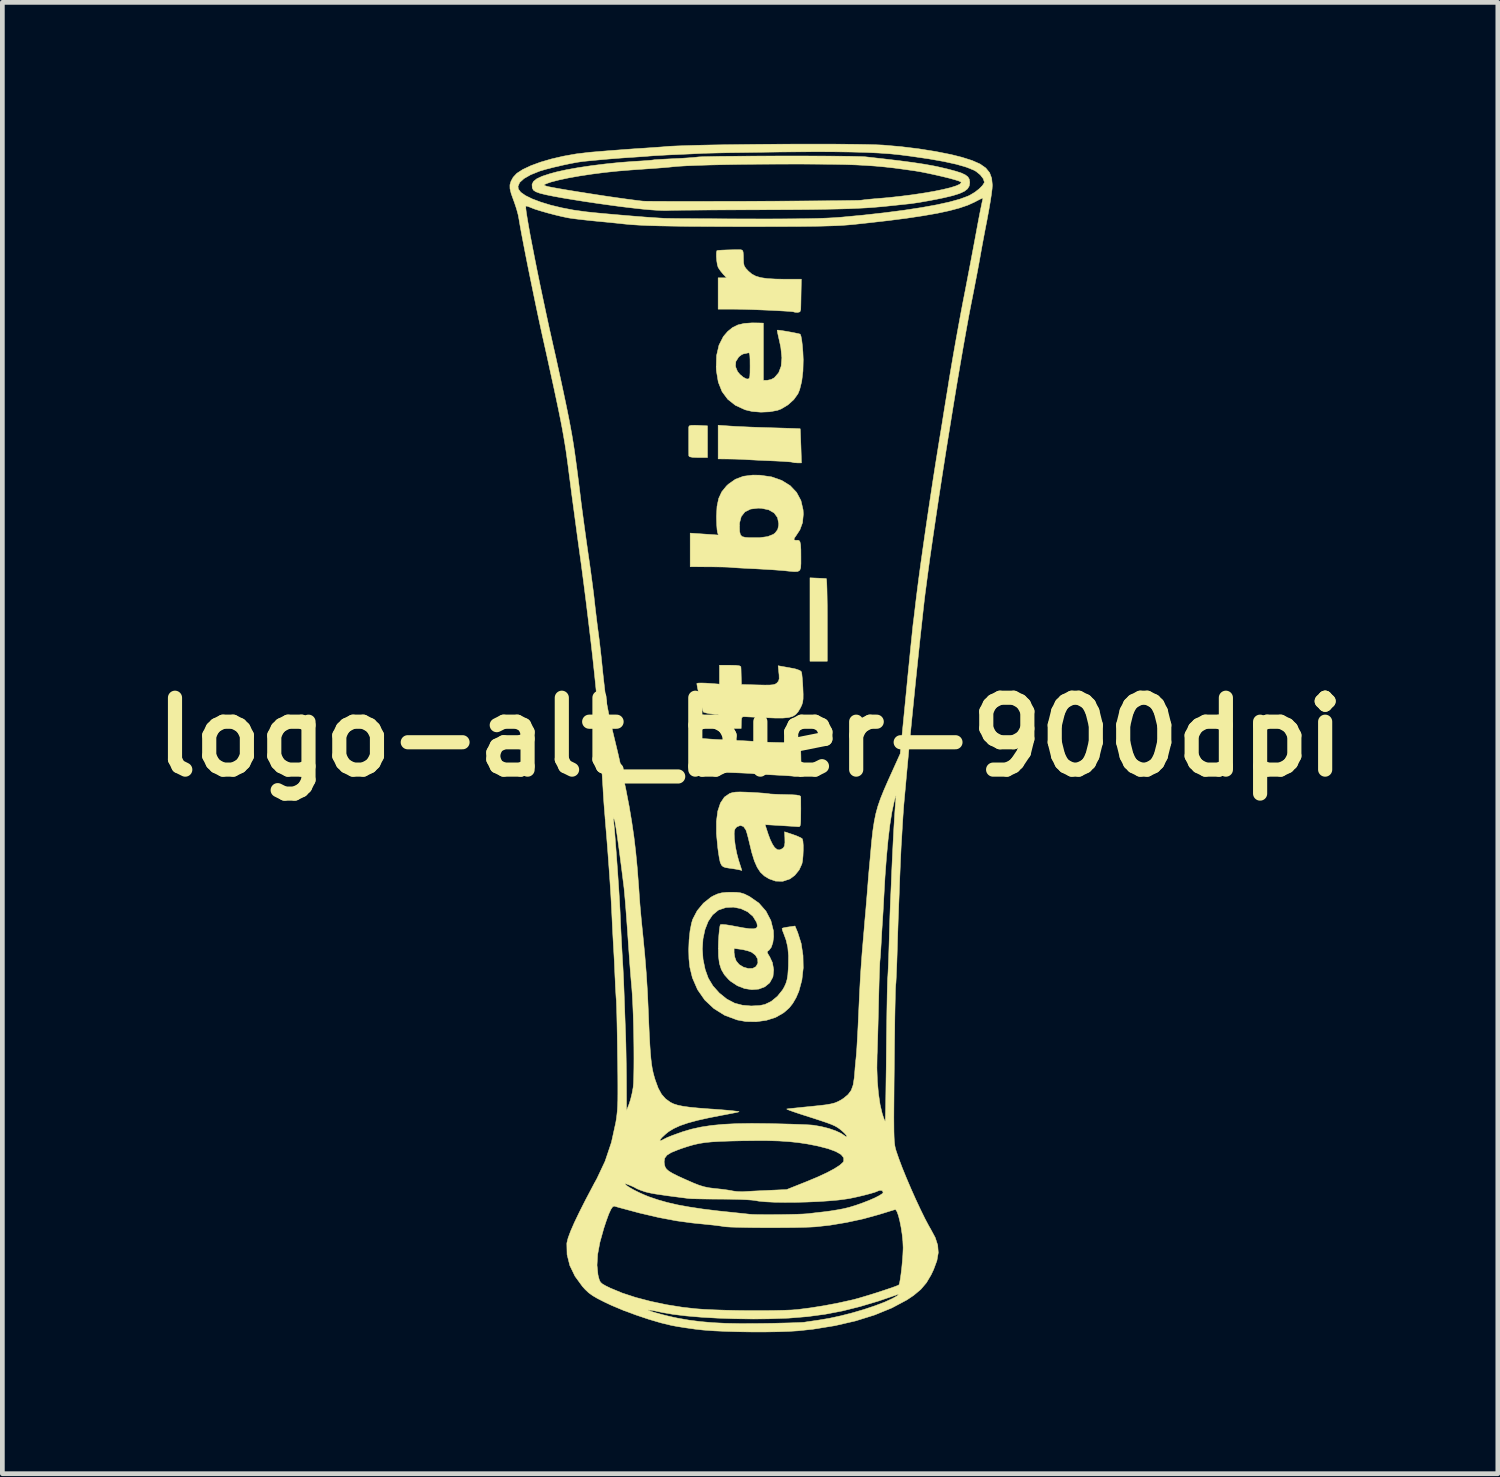
<source format=kicad_pcb>
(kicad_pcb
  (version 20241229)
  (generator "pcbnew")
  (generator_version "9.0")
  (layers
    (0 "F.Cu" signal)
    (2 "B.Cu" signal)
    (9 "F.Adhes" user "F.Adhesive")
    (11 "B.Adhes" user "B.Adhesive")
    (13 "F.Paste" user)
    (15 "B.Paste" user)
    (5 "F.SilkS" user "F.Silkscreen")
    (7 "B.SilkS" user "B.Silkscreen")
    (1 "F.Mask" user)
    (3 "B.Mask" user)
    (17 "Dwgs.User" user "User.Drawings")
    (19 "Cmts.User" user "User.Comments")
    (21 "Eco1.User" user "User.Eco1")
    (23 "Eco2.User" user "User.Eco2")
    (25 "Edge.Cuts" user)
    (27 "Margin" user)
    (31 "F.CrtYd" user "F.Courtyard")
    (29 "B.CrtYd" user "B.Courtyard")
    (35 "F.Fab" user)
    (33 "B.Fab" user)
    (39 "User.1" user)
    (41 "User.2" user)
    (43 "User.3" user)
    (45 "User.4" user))
  (footprint "logo-alt_bier-900dpi"
    (layer "F.Cu")
    (at 12.852 12.577)
    (property "Reference" "logo-alt_bier-900dpi" (at 0 0 0) (layer "F.SilkS") (effects (font (size 1.524 1.524) (thickness 0.3))))
    (attr through_hole)
    (fp_poly (pts (xy 1.432 -3.37) (xy 1.524 -3.366) (xy 1.592 -3.362) (xy 1.616 -3.361) (xy 1.621 -3.333) (xy 1.626 -3.256) (xy 1.63 -3.136) (xy 1.633 -2.979) (xy 1.636 -2.794) (xy 1.637 -2.586) (xy 1.637 -2.484) (xy 1.637 -1.609) (xy 1.27 -1.609) (xy 1.27 -3.377) (xy 1.432 -3.37)) (stroke (width 0.01) (type solid)) (fill yes) (layer "F.SilkS"))
    (fp_poly (pts (xy -1.101 -6.609) (xy -0.903 -6.599) (xy -0.903 -5.927) (xy -1.101 -5.927) (xy -1.216 -5.931) (xy -1.28 -5.943) (xy -1.299 -5.962) (xy -1.3 -6.019) (xy -1.301 -6.112) (xy -1.301 -6.225) (xy -1.301 -6.344) (xy -1.301 -6.452) (xy -1.301 -6.535) (xy -1.3 -6.576) (xy -1.289 -6.598) (xy -1.25 -6.609) (xy -1.173 -6.611) (xy -1.101 -6.609)) (stroke (width 0.01) (type solid)) (fill yes) (layer "F.SilkS"))
    (fp_poly (pts (xy -0.416 -6.594) (xy -0.306 -6.587) (xy -0.153 -6.58) (xy 0.029 -6.572) (xy 0.227 -6.565) (xy 0.427 -6.559) (xy 0.452 -6.558) (xy 0.63 -6.553) (xy 0.788 -6.548) (xy 0.918 -6.544) (xy 1.01 -6.54) (xy 1.058 -6.538) (xy 1.062 -6.537) (xy 1.065 -6.509) (xy 1.068 -6.436) (xy 1.072 -6.327) (xy 1.077 -6.194) (xy 1.078 -6.174) (xy 1.089 -5.814) (xy 1.001 -5.814) (xy 0.935 -5.818) (xy 0.9 -5.827) (xy 0.899 -5.827) (xy 0.868 -5.833) (xy 0.791 -5.839) (xy 0.677 -5.847) (xy 0.537 -5.854) (xy 0.464 -5.857) (xy 0.302 -5.864) (xy 0.148 -5.871) (xy 0.016 -5.878) (xy -0.078 -5.883) (xy -0.099 -5.885) (xy -0.2 -5.89) (xy -0.33 -5.894) (xy -0.459 -5.896) (xy -0.677 -5.898) (xy -0.677 -6.612) (xy -0.416 -6.594)) (stroke (width 0.01) (type solid)) (fill yes) (layer "F.SilkS"))
    (fp_poly (pts (xy -1.117 0.023) (xy -1.011 0.03) (xy -0.982 0.032) (xy -0.871 0.04) (xy -0.721 0.05) (xy -0.548 0.059) (xy -0.369 0.068) (xy -0.3 0.071) (xy -0.139 0.078) (xy 0.009 0.086) (xy 0.13 0.093) (xy 0.214 0.098) (xy 0.24 0.101) (xy 0.3 0.105) (xy 0.403 0.109) (xy 0.534 0.113) (xy 0.679 0.116) (xy 0.685 0.116) (xy 0.822 0.12) (xy 0.938 0.126) (xy 1.021 0.136) (xy 1.061 0.146) (xy 1.062 0.147) (xy 1.069 0.185) (xy 1.074 0.266) (xy 1.077 0.379) (xy 1.079 0.503) (xy 1.079 0.833) (xy 1.005 0.835) (xy 0.948 0.835) (xy 0.924 0.83) (xy 0.895 0.826) (xy 0.819 0.82) (xy 0.708 0.813) (xy 0.571 0.806) (xy 0.521 0.803) (xy 0.372 0.796) (xy 0.238 0.788) (xy 0.132 0.781) (xy 0.067 0.776) (xy 0.058 0.774) (xy 0.01 0.77) (xy -0.085 0.765) (xy -0.218 0.759) (xy -0.38 0.753) (xy -0.561 0.747) (xy -0.641 0.744) (xy -1.27 0.725) (xy -1.27 0.379) (xy -1.267 0.214) (xy -1.26 0.098) (xy -1.248 0.035) (xy -1.239 0.023) (xy -1.198 0.02) (xy -1.117 0.023)) (stroke (width 0.01) (type solid)) (fill yes) (layer "F.SilkS"))
    (fp_poly (pts (xy -0.201 -10.332) (xy -0.191 -10.331) (xy -0.163 -10.321) (xy -0.148 -10.287) (xy -0.142 -10.214) (xy -0.141 -10.157) (xy -0.138 -10.057) (xy -0.125 -9.992) (xy -0.091 -9.938) (xy -0.035 -9.878) (xy 0.037 -9.817) (xy 0.122 -9.772) (xy 0.228 -9.741) (xy 0.364 -9.721) (xy 0.54 -9.711) (xy 0.728 -9.708) (xy 1.087 -9.708) (xy 1.081 -9.419) (xy 1.079 -9.29) (xy 1.077 -9.177) (xy 1.075 -9.095) (xy 1.074 -9.066) (xy 1.057 -9.016) (xy 1.007 -9.003) (xy 0.951 -9.007) (xy 0.929 -9.014) (xy 0.897 -9.02) (xy 0.819 -9.027) (xy 0.702 -9.034) (xy 0.557 -9.042) (xy 0.393 -9.05) (xy 0.219 -9.057) (xy 0.044 -9.064) (xy -0.122 -9.069) (xy -0.27 -9.072) (xy -0.388 -9.073) (xy -0.677 -9.073) (xy -0.677 -9.737) (xy -0.497 -9.737) (xy -0.57 -9.814) (xy -0.629 -9.886) (xy -0.675 -9.955) (xy -0.677 -9.959) (xy -0.694 -10.016) (xy -0.707 -10.101) (xy -0.714 -10.191) (xy -0.713 -10.268) (xy -0.704 -10.312) (xy -0.703 -10.313) (xy -0.672 -10.319) (xy -0.6 -10.324) (xy -0.501 -10.328) (xy -0.392 -10.331) (xy -0.287 -10.333) (xy -0.201 -10.332)) (stroke (width 0.01) (type solid)) (fill yes) (layer "F.SilkS"))
    (fp_poly (pts (xy -0.299 -1.521) (xy -0.225 -1.511) (xy -0.195 -1.493) (xy -0.195 -1.489) (xy -0.192 -1.443) (xy -0.19 -1.361) (xy -0.188 -1.284) (xy -0.183 -1.115) (xy 0.165 -1.106) (xy 0.314 -1.103) (xy 0.418 -1.104) (xy 0.487 -1.11) (xy 0.533 -1.123) (xy 0.564 -1.143) (xy 0.57 -1.148) (xy 0.603 -1.187) (xy 0.617 -1.237) (xy 0.615 -1.318) (xy 0.611 -1.356) (xy 0.595 -1.513) (xy 0.832 -1.471) (xy 0.971 -1.443) (xy 1.055 -1.413) (xy 1.088 -1.385) (xy 1.097 -1.339) (xy 1.106 -1.251) (xy 1.115 -1.135) (xy 1.12 -1.044) (xy 1.125 -0.907) (xy 1.124 -0.811) (xy 1.115 -0.741) (xy 1.097 -0.682) (xy 1.068 -0.621) (xy 1.02 -0.54) (xy 0.968 -0.48) (xy 0.903 -0.439) (xy 0.815 -0.415) (xy 0.695 -0.404) (xy 0.535 -0.404) (xy 0.381 -0.41) (xy 0.227 -0.417) (xy 0.087 -0.423) (xy -0.025 -0.428) (xy -0.097 -0.432) (xy -0.113 -0.433) (xy -0.156 -0.431) (xy -0.178 -0.407) (xy -0.185 -0.346) (xy -0.186 -0.31) (xy -0.189 -0.183) (xy -0.299 -0.183) (xy -0.404 -0.185) (xy -0.516 -0.191) (xy -0.529 -0.192) (xy -0.649 -0.201) (xy -0.649 -0.34) (xy -0.653 -0.426) (xy -0.667 -0.468) (xy -0.696 -0.481) (xy -0.699 -0.481) (xy -0.781 -0.487) (xy -0.87 -0.499) (xy -0.946 -0.515) (xy -0.988 -0.53) (xy -0.99 -0.532) (xy -1.002 -0.564) (xy -1.021 -0.637) (xy -1.046 -0.737) (xy -1.072 -0.85) (xy -1.096 -0.96) (xy -1.116 -1.055) (xy -1.127 -1.12) (xy -1.129 -1.137) (xy -1.103 -1.145) (xy -1.034 -1.147) (xy -0.934 -1.144) (xy -0.889 -1.141) (xy -0.649 -1.123) (xy -0.649 -1.524) (xy -0.423 -1.524) (xy -0.299 -1.521)) (stroke (width 0.01) (type solid)) (fill yes) (layer "F.SilkS"))
    (fp_poly (pts (xy 0.191 -8.78) (xy 0.282 -8.777) (xy 0.282 -7.564) (xy 0.363 -7.564) (xy 0.445 -7.581) (xy 0.515 -7.619) (xy 0.606 -7.724) (xy 0.659 -7.864) (xy 0.674 -8.041) (xy 0.652 -8.258) (xy 0.623 -8.396) (xy 0.599 -8.5) (xy 0.582 -8.581) (xy 0.575 -8.625) (xy 0.576 -8.628) (xy 0.605 -8.627) (xy 0.673 -8.618) (xy 0.766 -8.603) (xy 0.867 -8.585) (xy 0.96 -8.567) (xy 1.03 -8.552) (xy 1.062 -8.543) (xy 1.062 -8.543) (xy 1.079 -8.501) (xy 1.095 -8.415) (xy 1.109 -8.298) (xy 1.12 -8.162) (xy 1.126 -8.021) (xy 1.127 -8.004) (xy 1.121 -7.76) (xy 1.095 -7.544) (xy 1.051 -7.366) (xy 1.015 -7.279) (xy 0.927 -7.156) (xy 0.803 -7.044) (xy 0.66 -6.958) (xy 0.582 -6.928) (xy 0.417 -6.897) (xy 0.229 -6.889) (xy 0.044 -6.904) (xy -0.104 -6.939) (xy -0.311 -7.034) (xy -0.473 -7.162) (xy -0.594 -7.325) (xy -0.674 -7.526) (xy -0.714 -7.767) (xy -0.718 -7.832) (xy -0.717 -7.858) (xy -0.31 -7.858) (xy -0.266 -7.75) (xy -0.214 -7.688) (xy -0.145 -7.63) (xy -0.081 -7.596) (xy -0.059 -7.592) (xy -0.032 -7.595) (xy -0.015 -7.612) (xy -0.005 -7.652) (xy -0.001 -7.726) (xy -0.000021 -7.844) (xy 0 -7.877) (xy -0.001 -8.007) (xy -0.005 -8.089) (xy -0.014 -8.133) (xy -0.028 -8.148) (xy -0.045 -8.145) (xy -0.109 -8.13) (xy -0.131 -8.128) (xy -0.177 -8.109) (xy -0.236 -8.064) (xy -0.241 -8.059) (xy -0.302 -7.963) (xy -0.31 -7.858) (xy -0.717 -7.858) (xy -0.71 -8.09) (xy -0.659 -8.31) (xy -0.566 -8.493) (xy -0.475 -8.599) (xy -0.373 -8.682) (xy -0.26 -8.738) (xy -0.125 -8.77) (xy 0.043 -8.782) (xy 0.191 -8.78)) (stroke (width 0.01) (type solid)) (fill yes) (layer "F.SilkS"))
    (fp_poly (pts (xy 0.209 -5.553) (xy 0.457 -5.517) (xy 0.671 -5.442) (xy 0.849 -5.332) (xy 0.985 -5.189) (xy 1.078 -5.016) (xy 1.124 -4.817) (xy 1.129 -4.726) (xy 1.112 -4.547) (xy 1.056 -4.394) (xy 0.983 -4.283) (xy 0.936 -4.215) (xy 0.932 -4.18) (xy 0.971 -4.171) (xy 1.007 -4.174) (xy 1.037 -4.169) (xy 1.058 -4.139) (xy 1.071 -4.076) (xy 1.077 -3.972) (xy 1.078 -3.821) (xy 1.078 -3.814) (xy 1.078 -3.681) (xy 1.073 -3.592) (xy 1.054 -3.538) (xy 1.012 -3.512) (xy 0.938 -3.508) (xy 0.823 -3.518) (xy 0.72 -3.529) (xy 0.608 -3.538) (xy 0.457 -3.549) (xy 0.285 -3.559) (xy 0.108 -3.569) (xy 0.056 -3.571) (xy -0.098 -3.579) (xy -0.233 -3.586) (xy -0.34 -3.593) (xy -0.408 -3.598) (xy -0.423 -3.6) (xy -0.466 -3.603) (xy -0.553 -3.606) (xy -0.674 -3.608) (xy -0.817 -3.61) (xy -0.868 -3.61) (xy -1.27 -3.612) (xy -1.27 -4.325) (xy -0.672 -4.284) (xy -0.692 -4.347) (xy -0.7 -4.402) (xy -0.706 -4.482) (xy -0.225 -4.482) (xy -0.222 -4.364) (xy -0.206 -4.291) (xy -0.169 -4.251) (xy -0.1 -4.234) (xy -0.018 -4.228) (xy 0.203 -4.228) (xy 0.373 -4.251) (xy 0.494 -4.299) (xy 0.534 -4.331) (xy 0.586 -4.401) (xy 0.605 -4.486) (xy 0.607 -4.527) (xy 0.582 -4.654) (xy 0.511 -4.752) (xy 0.397 -4.818) (xy 0.243 -4.851) (xy 0.169 -4.854) (xy 0.01 -4.834) (xy -0.109 -4.775) (xy -0.187 -4.677) (xy -0.223 -4.541) (xy -0.225 -4.482) (xy -0.706 -4.482) (xy -0.707 -4.497) (xy -0.711 -4.616) (xy -0.712 -4.683) (xy -0.701 -4.892) (xy -0.665 -5.061) (xy -0.6 -5.201) (xy -0.501 -5.323) (xy -0.457 -5.364) (xy -0.31 -5.467) (xy -0.142 -5.53) (xy 0.056 -5.555) (xy 0.209 -5.553)) (stroke (width 0.01) (type solid)) (fill yes) (layer "F.SilkS"))
    (fp_poly (pts (xy -0.081 1.167) (xy 0.026 1.172) (xy 0.162 1.18) (xy 0.276 1.188) (xy 0.358 1.196) (xy 0.396 1.201) (xy 0.397 1.201) (xy 0.43 1.206) (xy 0.508 1.21) (xy 0.619 1.215) (xy 0.743 1.218) (xy 0.887 1.222) (xy 0.983 1.228) (xy 1.04 1.238) (xy 1.068 1.252) (xy 1.074 1.269) (xy 1.075 1.314) (xy 1.075 1.402) (xy 1.076 1.518) (xy 1.075 1.609) (xy 1.074 1.741) (xy 1.07 1.827) (xy 1.062 1.876) (xy 1.047 1.897) (xy 1.025 1.9) (xy 1.025 1.9) (xy 0.978 1.896) (xy 0.888 1.89) (xy 0.769 1.883) (xy 0.647 1.875) (xy 0.318 1.856) (xy 0.386 2.064) (xy 0.428 2.175) (xy 0.475 2.272) (xy 0.518 2.337) (xy 0.522 2.341) (xy 0.575 2.385) (xy 0.62 2.392) (xy 0.662 2.376) (xy 0.705 2.349) (xy 0.729 2.308) (xy 0.739 2.238) (xy 0.737 2.128) (xy 0.736 2.111) (xy 0.731 2.007) (xy 0.909 2.066) (xy 1.003 2.101) (xy 1.075 2.134) (xy 1.107 2.156) (xy 1.12 2.205) (xy 1.127 2.293) (xy 1.127 2.403) (xy 1.122 2.519) (xy 1.112 2.622) (xy 1.099 2.687) (xy 1.041 2.815) (xy 0.948 2.93) (xy 0.846 3.006) (xy 0.694 3.057) (xy 0.54 3.053) (xy 0.402 3.004) (xy 0.302 2.943) (xy 0.219 2.865) (xy 0.151 2.761) (xy 0.091 2.625) (xy 0.036 2.447) (xy -0.013 2.244) (xy -0.04 2.133) (xy -0.067 2.033) (xy -0.088 1.969) (xy -0.139 1.896) (xy -0.205 1.873) (xy -0.278 1.901) (xy -0.288 1.91) (xy -0.317 1.943) (xy -0.333 1.985) (xy -0.337 2.051) (xy -0.332 2.156) (xy -0.33 2.173) (xy -0.313 2.311) (xy -0.282 2.467) (xy -0.245 2.606) (xy -0.174 2.827) (xy -0.235 2.812) (xy -0.298 2.8) (xy -0.391 2.785) (xy -0.447 2.778) (xy -0.519 2.766) (xy -0.57 2.748) (xy -0.606 2.714) (xy -0.633 2.655) (xy -0.653 2.562) (xy -0.674 2.425) (xy -0.684 2.35) (xy -0.713 2.047) (xy -0.713 1.786) (xy -0.685 1.569) (xy -0.628 1.397) (xy -0.544 1.272) (xy -0.432 1.195) (xy -0.375 1.177) (xy -0.306 1.166) (xy -0.212 1.163) (xy -0.081 1.167)) (stroke (width 0.01) (type solid)) (fill yes) (layer "F.SilkS"))
    (fp_poly (pts (xy -0.288 3.291) (xy -0.2 3.302) (xy -0.122 3.326) (xy -0.03 3.371) (xy -0.005 3.385) (xy 0.187 3.519) (xy 0.336 3.689) (xy 0.441 3.89) (xy 0.495 4.107) (xy 0.499 4.234) (xy 0.483 4.356) (xy 0.449 4.456) (xy 0.402 4.518) (xy 0.398 4.52) (xy 0.367 4.544) (xy 0.366 4.572) (xy 0.394 4.623) (xy 0.412 4.649) (xy 0.474 4.782) (xy 0.5 4.932) (xy 0.486 5.074) (xy 0.48 5.092) (xy 0.415 5.21) (xy 0.313 5.293) (xy 0.185 5.342) (xy 0.039 5.354) (xy -0.115 5.331) (xy -0.269 5.271) (xy -0.414 5.175) (xy -0.455 5.138) (xy -0.545 5.037) (xy -0.609 4.927) (xy -0.65 4.799) (xy -0.67 4.642) (xy -0.671 4.57) (xy -0.339 4.57) (xy -0.325 4.661) (xy -0.295 4.745) (xy -0.231 4.822) (xy -0.14 4.877) (xy -0.039 4.906) (xy 0.056 4.903) (xy 0.125 4.866) (xy 0.166 4.791) (xy 0.161 4.704) (xy 0.113 4.622) (xy 0.032 4.56) (xy -0.044 4.532) (xy -0.145 4.507) (xy -0.193 4.499) (xy -0.339 4.48) (xy -0.339 4.57) (xy -0.671 4.57) (xy -0.673 4.445) (xy -0.67 4.337) (xy -0.662 4.204) (xy -0.651 4.091) (xy -0.64 4.012) (xy -0.63 3.977) (xy -0.593 3.972) (xy -0.513 3.978) (xy -0.403 3.995) (xy -0.324 4.01) (xy -0.141 4.044) (xy -0.007 4.063) (xy 0.084 4.064) (xy 0.136 4.046) (xy 0.155 4.009) (xy 0.146 3.952) (xy 0.137 3.925) (xy 0.061 3.8) (xy -0.054 3.702) (xy -0.196 3.636) (xy -0.353 3.605) (xy -0.512 3.613) (xy -0.663 3.664) (xy -0.677 3.671) (xy -0.794 3.768) (xy -0.888 3.907) (xy -0.956 4.08) (xy -0.998 4.277) (xy -1.012 4.491) (xy -0.997 4.71) (xy -0.952 4.928) (xy -0.886 5.111) (xy -0.788 5.274) (xy -0.652 5.426) (xy -0.493 5.554) (xy -0.327 5.641) (xy -0.324 5.642) (xy -0.161 5.684) (xy 0.023 5.7) (xy 0.203 5.691) (xy 0.314 5.668) (xy 0.449 5.603) (xy 0.579 5.496) (xy 0.688 5.361) (xy 0.726 5.296) (xy 0.761 5.218) (xy 0.784 5.14) (xy 0.8 5.046) (xy 0.809 4.918) (xy 0.813 4.848) (xy 0.815 4.635) (xy 0.8 4.459) (xy 0.764 4.304) (xy 0.715 4.17) (xy 0.688 4.101) (xy 0.679 4.059) (xy 0.68 4.053) (xy 0.712 4.043) (xy 0.781 4.03) (xy 0.822 4.024) (xy 0.952 4.005) (xy 1.009 4.14) (xy 1.083 4.374) (xy 1.122 4.63) (xy 1.127 4.894) (xy 1.098 5.152) (xy 1.034 5.389) (xy 0.975 5.525) (xy 0.904 5.647) (xy 0.831 5.739) (xy 0.736 5.824) (xy 0.699 5.852) (xy 0.539 5.943) (xy 0.345 6.004) (xy 0.13 6.034) (xy -0.089 6.03) (xy -0.274 5.996) (xy -0.538 5.898) (xy -0.767 5.755) (xy -0.961 5.573) (xy -1.114 5.353) (xy -1.223 5.102) (xy -1.277 4.879) (xy -1.296 4.703) (xy -1.301 4.505) (xy -1.293 4.302) (xy -1.273 4.109) (xy -1.241 3.945) (xy -1.216 3.862) (xy -1.122 3.682) (xy -0.989 3.521) (xy -0.831 3.395) (xy -0.78 3.366) (xy -0.69 3.325) (xy -0.603 3.302) (xy -0.497 3.291) (xy -0.409 3.289) (xy -0.288 3.291)) (stroke (width 0.01) (type solid)) (fill yes) (layer "F.SilkS"))
    (fp_poly (pts (xy 1.167 -12.32) (xy 1.431 -12.319) (xy 1.679 -12.318) (xy 1.903 -12.316) (xy 2.097 -12.314) (xy 2.256 -12.31) (xy 2.372 -12.307) (xy 2.441 -12.303) (xy 2.834 -12.259) (xy 3.172 -12.219) (xy 3.459 -12.181) (xy 3.696 -12.145) (xy 3.886 -12.111) (xy 3.979 -12.092) (xy 4.193 -12.042) (xy 4.357 -11.998) (xy 4.479 -11.959) (xy 4.563 -11.919) (xy 4.617 -11.878) (xy 4.646 -11.83) (xy 4.656 -11.774) (xy 4.657 -11.755) (xy 4.646 -11.684) (xy 4.61 -11.624) (xy 4.543 -11.572) (xy 4.439 -11.524) (xy 4.294 -11.479) (xy 4.101 -11.433) (xy 3.96 -11.404) (xy 3.797 -11.373) (xy 3.638 -11.345) (xy 3.499 -11.323) (xy 3.395 -11.308) (xy 3.373 -11.306) (xy 3.265 -11.295) (xy 3.126 -11.28) (xy 2.98 -11.265) (xy 2.935 -11.26) (xy 2.785 -11.245) (xy 2.63 -11.232) (xy 2.465 -11.22) (xy 2.284 -11.211) (xy 2.084 -11.202) (xy 1.859 -11.196) (xy 1.603 -11.191) (xy 1.312 -11.186) (xy 0.98 -11.183) (xy 0.603 -11.181) (xy 0.176 -11.179) (xy 0.101 -11.179) (xy -0.212 -11.178) (xy -0.509 -11.177) (xy -0.785 -11.176) (xy -1.036 -11.174) (xy -1.256 -11.172) (xy -1.44 -11.171) (xy -1.584 -11.169) (xy -1.683 -11.167) (xy -1.73 -11.165) (xy -1.733 -11.165) (xy -1.785 -11.163) (xy -1.878 -11.165) (xy -1.999 -11.171) (xy -2.103 -11.178) (xy -2.282 -11.194) (xy -2.495 -11.218) (xy -2.731 -11.246) (xy -2.983 -11.28) (xy -3.241 -11.316) (xy -3.498 -11.354) (xy -3.743 -11.393) (xy -3.969 -11.43) (xy -4.166 -11.466) (xy -4.325 -11.498) (xy -4.439 -11.526) (xy -4.452 -11.529) (xy -4.543 -11.562) (xy -4.594 -11.597) (xy -4.618 -11.644) (xy -4.618 -11.647) (xy -4.621 -11.7) (xy -4.365 -11.7) (xy -4.329 -11.684) (xy -4.278 -11.67) (xy -4.18 -11.651) (xy -4.041 -11.626) (xy -3.871 -11.597) (xy -3.676 -11.565) (xy -3.467 -11.532) (xy -3.249 -11.498) (xy -3.032 -11.465) (xy -2.824 -11.435) (xy -2.631 -11.408) (xy -2.464 -11.386) (xy -2.329 -11.369) (xy -2.272 -11.363) (xy -2.221 -11.361) (xy -2.12 -11.36) (xy -1.973 -11.358) (xy -1.788 -11.358) (xy -1.567 -11.357) (xy -1.318 -11.357) (xy -1.044 -11.357) (xy -0.752 -11.358) (xy -0.447 -11.358) (xy -0.133 -11.359) (xy 0.183 -11.361) (xy 0.497 -11.362) (xy 0.804 -11.364) (xy 1.097 -11.366) (xy 1.373 -11.368) (xy 1.625 -11.37) (xy 1.848 -11.372) (xy 2.038 -11.375) (xy 2.188 -11.377) (xy 2.294 -11.379) (xy 2.35 -11.382) (xy 2.357 -11.383) (xy 2.426 -11.392) (xy 2.53 -11.403) (xy 2.649 -11.414) (xy 2.667 -11.415) (xy 2.936 -11.438) (xy 3.199 -11.467) (xy 3.451 -11.499) (xy 3.688 -11.535) (xy 3.904 -11.572) (xy 4.093 -11.611) (xy 4.25 -11.649) (xy 4.369 -11.687) (xy 4.447 -11.722) (xy 4.476 -11.754) (xy 4.469 -11.77) (xy 4.429 -11.789) (xy 4.344 -11.816) (xy 4.225 -11.849) (xy 4.082 -11.884) (xy 3.926 -11.92) (xy 3.768 -11.954) (xy 3.618 -11.984) (xy 3.487 -12.006) (xy 3.485 -12.006) (xy 3.259 -12.038) (xy 3.05 -12.066) (xy 2.852 -12.088) (xy 2.657 -12.106) (xy 2.456 -12.12) (xy 2.242 -12.131) (xy 2.007 -12.139) (xy 1.742 -12.144) (xy 1.44 -12.147) (xy 1.093 -12.149) (xy 0.931 -12.149) (xy 0.528 -12.148) (xy 0.143 -12.146) (xy -0.22 -12.142) (xy -0.555 -12.136) (xy -0.858 -12.129) (xy -1.123 -12.121) (xy -1.345 -12.112) (xy -1.52 -12.102) (xy -1.623 -12.093) (xy -1.706 -12.084) (xy -1.811 -12.075) (xy -1.945 -12.064) (xy -2.116 -12.052) (xy -2.33 -12.037) (xy -2.54 -12.022) (xy -2.808 -12) (xy -3.083 -11.971) (xy -3.354 -11.936) (xy -3.612 -11.897) (xy -3.849 -11.855) (xy -4.055 -11.811) (xy -4.22 -11.768) (xy -4.304 -11.739) (xy -4.359 -11.716) (xy -4.365 -11.7) (xy -4.621 -11.7) (xy -4.622 -11.719) (xy -4.591 -11.781) (xy -4.521 -11.837) (xy -4.408 -11.89) (xy -4.246 -11.943) (xy -4.107 -11.981) (xy -3.899 -12.027) (xy -3.648 -12.072) (xy -3.367 -12.114) (xy -3.07 -12.151) (xy -2.77 -12.182) (xy -2.481 -12.204) (xy -2.413 -12.208) (xy -2.281 -12.216) (xy -2.17 -12.224) (xy -2.092 -12.231) (xy -2.06 -12.235) (xy -2.06 -12.235) (xy -2.028 -12.24) (xy -1.95 -12.245) (xy -1.836 -12.252) (xy -1.696 -12.259) (xy -1.622 -12.263) (xy -1.468 -12.27) (xy -1.329 -12.279) (xy -1.217 -12.287) (xy -1.145 -12.294) (xy -1.129 -12.296) (xy -1.08 -12.301) (xy -0.98 -12.305) (xy -0.836 -12.308) (xy -0.654 -12.312) (xy -0.441 -12.314) (xy -0.201 -12.316) (xy 0.058 -12.318) (xy 0.33 -12.319) (xy 0.61 -12.32) (xy 0.891 -12.32) (xy 1.167 -12.32)) (stroke (width 0.01) (type solid)) (fill yes) (layer "F.SilkS"))
    (fp_poly (pts (xy 1.72 -12.572) (xy 2.006 -12.57) (xy 2.263 -12.567) (xy 2.486 -12.563) (xy 2.669 -12.558) (xy 2.805 -12.552) (xy 2.822 -12.551) (xy 3.201 -12.518) (xy 3.577 -12.472) (xy 3.935 -12.415) (xy 4.263 -12.35) (xy 4.49 -12.293) (xy 4.708 -12.224) (xy 4.876 -12.15) (xy 4.997 -12.065) (xy 5.078 -11.966) (xy 5.122 -11.847) (xy 5.136 -11.703) (xy 5.136 -11.701) (xy 5.131 -11.625) (xy 5.116 -11.506) (xy 5.093 -11.354) (xy 5.063 -11.18) (xy 5.029 -10.997) (xy 5.025 -10.973) (xy 4.987 -10.779) (xy 4.95 -10.583) (xy 4.916 -10.401) (xy 4.888 -10.246) (xy 4.868 -10.132) (xy 4.868 -10.132) (xy 4.848 -10.023) (xy 4.82 -9.871) (xy 4.785 -9.69) (xy 4.747 -9.491) (xy 4.707 -9.288) (xy 4.695 -9.229) (xy 4.642 -8.955) (xy 4.583 -8.631) (xy 4.518 -8.266) (xy 4.449 -7.866) (xy 4.376 -7.437) (xy 4.302 -6.986) (xy 4.227 -6.521) (xy 4.151 -6.048) (xy 4.077 -5.574) (xy 4.005 -5.106) (xy 3.937 -4.651) (xy 3.873 -4.216) (xy 3.814 -3.808) (xy 3.763 -3.433) (xy 3.719 -3.098) (xy 3.712 -3.048) (xy 3.692 -2.883) (xy 3.668 -2.669) (xy 3.64 -2.413) (xy 3.608 -2.124) (xy 3.575 -1.808) (xy 3.54 -1.473) (xy 3.504 -1.126) (xy 3.469 -0.776) (xy 3.434 -0.428) (xy 3.401 -0.091) (xy 3.37 0.227) (xy 3.343 0.521) (xy 3.331 0.649) (xy 3.313 0.842) (xy 3.297 1.024) (xy 3.282 1.186) (xy 3.27 1.316) (xy 3.262 1.405) (xy 3.26 1.425) (xy 3.253 1.519) (xy 3.244 1.646) (xy 3.235 1.785) (xy 3.232 1.834) (xy 3.223 1.985) (xy 3.214 2.145) (xy 3.205 2.285) (xy 3.203 2.314) (xy 3.198 2.422) (xy 3.191 2.568) (xy 3.184 2.736) (xy 3.177 2.909) (xy 3.175 2.949) (xy 3.168 3.136) (xy 3.161 3.339) (xy 3.153 3.535) (xy 3.147 3.7) (xy 3.147 3.711) (xy 3.141 3.852) (xy 3.135 4.033) (xy 3.128 4.236) (xy 3.122 4.446) (xy 3.117 4.614) (xy 3.111 4.794) (xy 3.104 4.96) (xy 3.098 5.103) (xy 3.092 5.211) (xy 3.086 5.274) (xy 3.086 5.278) (xy 3.083 5.324) (xy 3.08 5.421) (xy 3.077 5.563) (xy 3.073 5.746) (xy 3.069 5.964) (xy 3.066 6.211) (xy 3.062 6.481) (xy 3.059 6.771) (xy 3.057 6.985) (xy 3.053 7.328) (xy 3.051 7.618) (xy 3.049 7.863) (xy 3.048 8.065) (xy 3.049 8.23) (xy 3.05 8.362) (xy 3.053 8.468) (xy 3.057 8.55) (xy 3.063 8.615) (xy 3.07 8.667) (xy 3.079 8.71) (xy 3.09 8.751) (xy 3.098 8.777) (xy 3.153 8.937) (xy 3.226 9.131) (xy 3.314 9.347) (xy 3.411 9.574) (xy 3.512 9.8) (xy 3.612 10.014) (xy 3.706 10.206) (xy 3.789 10.362) (xy 3.831 10.435) (xy 3.925 10.61) (xy 3.978 10.772) (xy 3.99 10.931) (xy 3.961 11.099) (xy 3.891 11.288) (xy 3.837 11.402) (xy 3.738 11.569) (xy 3.619 11.709) (xy 3.467 11.836) (xy 3.324 11.932) (xy 3.005 12.102) (xy 2.64 12.251) (xy 2.236 12.377) (xy 1.798 12.478) (xy 1.334 12.553) (xy 1.016 12.587) (xy 0.822 12.599) (xy 0.586 12.607) (xy 0.321 12.611) (xy 0.04 12.611) (xy -0.243 12.607) (xy -0.513 12.599) (xy -0.758 12.588) (xy -0.964 12.573) (xy -1.002 12.57) (xy -1.177 12.55) (xy -1.366 12.523) (xy -1.544 12.495) (xy -1.663 12.473) (xy -1.89 12.418) (xy -2.149 12.342) (xy -2.423 12.25) (xy -2.693 12.149) (xy -2.704 12.145) (xy -2.163 12.145) (xy -2.145 12.158) (xy -2.083 12.18) (xy -1.988 12.209) (xy -1.871 12.241) (xy -1.743 12.273) (xy -1.616 12.302) (xy -1.538 12.318) (xy -1.299 12.36) (xy -1.056 12.391) (xy -0.797 12.414) (xy -0.514 12.428) (xy -0.196 12.434) (xy 0.166 12.432) (xy 0.254 12.431) (xy 0.466 12.428) (xy 0.663 12.423) (xy 0.837 12.419) (xy 0.979 12.414) (xy 1.083 12.41) (xy 1.14 12.406) (xy 1.143 12.406) (xy 1.212 12.395) (xy 1.316 12.38) (xy 1.434 12.363) (xy 1.453 12.36) (xy 1.68 12.322) (xy 1.924 12.269) (xy 2.174 12.205) (xy 2.419 12.133) (xy 2.649 12.056) (xy 2.852 11.979) (xy 3.018 11.903) (xy 3.105 11.854) (xy 3.152 11.82) (xy 3.159 11.808) (xy 3.147 11.811) (xy 2.722 11.956) (xy 2.329 12.073) (xy 1.956 12.166) (xy 1.589 12.236) (xy 1.214 12.286) (xy 0.82 12.318) (xy 0.393 12.333) (xy 0.071 12.336) (xy -0.32 12.331) (xy -0.692 12.318) (xy -1.04 12.298) (xy -1.355 12.271) (xy -1.63 12.238) (xy -1.858 12.199) (xy -1.895 12.191) (xy -2.008 12.167) (xy -2.098 12.151) (xy -2.153 12.144) (xy -2.163 12.145) (xy -2.704 12.145) (xy -2.942 12.045) (xy -3.09 11.975) (xy -3.234 11.902) (xy -3.339 11.84) (xy -3.422 11.78) (xy -3.495 11.711) (xy -3.553 11.647) (xy -3.712 11.429) (xy -3.822 11.201) (xy -3.823 11.196) (xy -3.245 11.196) (xy -3.225 11.397) (xy -3.213 11.449) (xy -3.195 11.511) (xy -3.172 11.556) (xy -3.131 11.593) (xy -3.062 11.633) (xy -2.954 11.686) (xy -2.952 11.686) (xy -2.711 11.786) (xy -2.427 11.879) (xy -2.11 11.962) (xy -1.774 12.033) (xy -1.43 12.088) (xy -1.154 12.119) (xy -0.98 12.132) (xy -0.769 12.142) (xy -0.529 12.15) (xy -0.273 12.156) (xy -0.011 12.159) (xy 0.246 12.159) (xy 0.489 12.157) (xy 0.706 12.152) (xy 0.887 12.145) (xy 1.01 12.135) (xy 1.277 12.101) (xy 1.572 12.054) (xy 1.872 11.997) (xy 2.151 11.935) (xy 2.202 11.923) (xy 2.301 11.896) (xy 2.426 11.859) (xy 2.568 11.816) (xy 2.714 11.77) (xy 2.856 11.723) (xy 2.981 11.681) (xy 3.08 11.646) (xy 3.142 11.621) (xy 3.156 11.613) (xy 3.169 11.576) (xy 3.184 11.494) (xy 3.2 11.382) (xy 3.216 11.249) (xy 3.229 11.111) (xy 3.239 10.977) (xy 3.244 10.862) (xy 3.245 10.823) (xy 3.239 10.688) (xy 3.224 10.543) (xy 3.202 10.397) (xy 3.175 10.262) (xy 3.146 10.147) (xy 3.116 10.063) (xy 3.087 10.019) (xy 3.074 10.016) (xy 3.032 10.029) (xy 2.949 10.054) (xy 2.837 10.089) (xy 2.725 10.123) (xy 2.399 10.213) (xy 2.047 10.289) (xy 1.694 10.348) (xy 1.383 10.382) (xy 1.274 10.388) (xy 1.126 10.393) (xy 0.947 10.397) (xy 0.747 10.399) (xy 0.535 10.4) (xy 0.319 10.4) (xy 0.108 10.399) (xy -0.089 10.396) (xy -0.263 10.392) (xy -0.405 10.388) (xy -0.506 10.382) (xy -0.55 10.377) (xy -0.631 10.364) (xy -0.734 10.351) (xy -0.776 10.346) (xy -0.865 10.337) (xy -0.99 10.324) (xy -1.133 10.31) (xy -1.228 10.3) (xy -1.561 10.255) (xy -1.937 10.184) (xy -2.348 10.088) (xy -2.788 9.97) (xy -2.88 9.943) (xy -2.912 9.956) (xy -2.95 10.011) (xy -2.997 10.113) (xy -3.052 10.265) (xy -3.101 10.414) (xy -3.184 10.711) (xy -3.232 10.969) (xy -3.245 11.196) (xy -3.823 11.196) (xy -3.88 10.969) (xy -3.885 10.737) (xy -3.882 10.715) (xy -3.858 10.619) (xy -3.806 10.478) (xy -3.726 10.294) (xy -3.619 10.071) (xy -3.488 9.812) (xy -3.333 9.518) (xy -3.307 9.469) (xy -2.653 9.469) (xy -2.629 9.499) (xy -2.563 9.544) (xy -2.467 9.599) (xy -2.351 9.657) (xy -2.227 9.712) (xy -2.145 9.745) (xy -1.956 9.809) (xy -1.756 9.866) (xy -1.535 9.917) (xy -1.287 9.962) (xy -1.003 10.005) (xy -0.677 10.045) (xy -0.381 10.076) (xy -0.249 10.09) (xy -0.134 10.102) (xy -0.05 10.111) (xy -0.014 10.115) (xy 0.052 10.12) (xy 0.164 10.123) (xy 0.308 10.124) (xy 0.474 10.124) (xy 0.649 10.123) (xy 0.823 10.12) (xy 0.983 10.116) (xy 1.117 10.111) (xy 1.215 10.105) (xy 1.242 10.102) (xy 1.374 10.086) (xy 1.516 10.07) (xy 1.595 10.061) (xy 1.713 10.045) (xy 1.854 10.022) (xy 1.973 10) (xy 2.099 9.97) (xy 2.239 9.927) (xy 2.384 9.876) (xy 2.523 9.822) (xy 2.647 9.768) (xy 2.744 9.718) (xy 2.806 9.677) (xy 2.822 9.653) (xy 2.801 9.614) (xy 2.749 9.608) (xy 2.714 9.621) (xy 2.648 9.648) (xy 2.54 9.68) (xy 2.406 9.715) (xy 2.261 9.749) (xy 2.119 9.779) (xy 2.046 9.791) (xy 1.874 9.814) (xy 1.67 9.832) (xy 1.444 9.847) (xy 1.205 9.857) (xy 0.964 9.863) (xy 0.732 9.864) (xy 0.517 9.861) (xy 0.332 9.852) (xy 0.185 9.838) (xy 0.11 9.825) (xy 0.042 9.816) (xy -0.072 9.808) (xy -0.22 9.801) (xy -0.392 9.797) (xy -0.577 9.795) (xy -0.61 9.795) (xy -0.795 9.794) (xy -0.967 9.792) (xy -1.116 9.789) (xy -1.232 9.786) (xy -1.304 9.781) (xy -1.312 9.78) (xy -1.553 9.749) (xy -1.745 9.724) (xy -1.895 9.702) (xy -2.011 9.685) (xy -2.099 9.669) (xy -2.167 9.654) (xy -2.223 9.64) (xy -2.244 9.633) (xy -2.329 9.603) (xy -2.393 9.577) (xy -2.413 9.567) (xy -2.454 9.543) (xy -2.518 9.514) (xy -2.585 9.487) (xy -2.636 9.469) (xy -2.653 9.469) (xy -3.307 9.469) (xy -3.245 9.356) (xy -3.08 9.005) (xy -1.822 9.005) (xy -1.814 9.067) (xy -1.8 9.116) (xy -1.772 9.159) (xy -1.722 9.202) (xy -1.644 9.249) (xy -1.529 9.307) (xy -1.37 9.379) (xy -1.35 9.388) (xy -1.197 9.455) (xy -1.077 9.502) (xy -0.974 9.533) (xy -0.873 9.554) (xy -0.756 9.569) (xy -0.734 9.571) (xy -0.604 9.585) (xy -0.484 9.601) (xy -0.393 9.616) (xy -0.367 9.622) (xy -0.277 9.634) (xy -0.168 9.638) (xy -0.127 9.636) (xy -0.045 9.631) (xy 0.078 9.624) (xy 0.225 9.617) (xy 0.381 9.61) (xy 0.395 9.609) (xy 0.776 9.592) (xy 1.21 9.419) (xy 1.437 9.324) (xy 1.631 9.234) (xy 1.788 9.15) (xy 1.903 9.076) (xy 1.971 9.014) (xy 1.985 8.99) (xy 1.985 8.919) (xy 1.93 8.85) (xy 1.819 8.786) (xy 1.654 8.725) (xy 1.436 8.669) (xy 1.416 8.665) (xy 1.219 8.626) (xy 1.026 8.597) (xy 0.828 8.576) (xy 0.612 8.562) (xy 0.37 8.555) (xy 0.091 8.555) (xy -0.172 8.558) (xy -0.427 8.564) (xy -0.635 8.571) (xy -0.807 8.581) (xy -0.951 8.595) (xy -1.078 8.615) (xy -1.197 8.642) (xy -1.319 8.677) (xy -1.452 8.721) (xy -1.537 8.752) (xy -1.674 8.808) (xy -1.763 8.864) (xy -1.81 8.927) (xy -1.822 9.005) (xy -3.08 9.005) (xy -3.072 8.987) (xy -2.939 8.59) (xy -2.847 8.17) (xy -2.833 8.086) (xy -2.823 8.003) (xy -2.814 7.916) (xy -2.808 7.818) (xy -2.804 7.702) (xy -2.803 7.56) (xy -2.803 7.386) (xy -2.804 7.172) (xy -2.807 6.913) (xy -2.81 6.759) (xy -2.813 6.512) (xy -2.817 6.28) (xy -2.821 6.07) (xy -2.825 5.887) (xy -2.829 5.741) (xy -2.833 5.635) (xy -2.835 5.579) (xy -2.836 5.574) (xy -2.841 5.516) (xy -2.847 5.414) (xy -2.855 5.281) (xy -2.861 5.13) (xy -2.864 5.08) (xy -2.871 4.915) (xy -2.878 4.753) (xy -2.886 4.61) (xy -2.892 4.503) (xy -2.893 4.487) (xy -2.899 4.382) (xy -2.907 4.241) (xy -2.915 4.085) (xy -2.921 3.965) (xy -2.931 3.75) (xy -2.941 3.548) (xy -2.952 3.349) (xy -2.965 3.148) (xy -2.979 2.935) (xy -2.996 2.703) (xy -3.015 2.444) (xy -3.038 2.15) (xy -3.066 1.814) (xy -3.073 1.722) (xy -2.899 1.722) (xy -2.893 1.778) (xy -2.885 1.858) (xy -2.874 1.969) (xy -2.866 2.074) (xy -2.833 2.507) (xy -2.806 2.886) (xy -2.784 3.212) (xy -2.767 3.489) (xy -2.755 3.717) (xy -2.753 3.768) (xy -2.744 3.985) (xy -2.734 4.19) (xy -2.723 4.401) (xy -2.71 4.635) (xy -2.695 4.882) (xy -2.691 4.956) (xy -2.687 5.041) (xy -2.682 5.143) (xy -2.677 5.268) (xy -2.671 5.423) (xy -2.664 5.613) (xy -2.656 5.843) (xy -2.646 6.12) (xy -2.638 6.336) (xy -2.633 6.506) (xy -2.629 6.714) (xy -2.625 6.94) (xy -2.622 7.167) (xy -2.621 7.338) (xy -2.619 7.916) (xy -2.565 7.779) (xy -2.533 7.68) (xy -2.502 7.553) (xy -2.479 7.427) (xy -2.471 7.334) (xy -2.466 7.194) (xy -2.463 7.016) (xy -2.462 6.809) (xy -2.463 6.582) (xy -2.466 6.344) (xy -2.471 6.104) (xy -2.478 5.872) (xy -2.487 5.657) (xy -2.497 5.467) (xy -2.508 5.312) (xy -2.509 5.306) (xy -2.523 5.147) (xy -2.537 4.977) (xy -2.549 4.822) (xy -2.553 4.77) (xy -2.578 4.413) (xy -2.599 4.108) (xy -2.618 3.85) (xy -2.634 3.636) (xy -2.648 3.461) (xy -2.661 3.32) (xy -2.671 3.209) (xy -2.681 3.124) (xy -2.682 3.119) (xy -2.724 2.784) (xy -2.761 2.501) (xy -2.792 2.269) (xy -2.818 2.083) (xy -2.84 1.94) (xy -2.857 1.838) (xy -2.87 1.772) (xy -2.879 1.744) (xy -2.895 1.709) (xy -2.899 1.722) (xy -3.073 1.722) (xy -3.089 1.524) (xy -3.097 1.425) (xy -3.106 1.293) (xy -3.115 1.148) (xy -3.118 1.087) (xy -3.127 0.945) (xy -3.136 0.804) (xy -3.144 0.687) (xy -3.147 0.649) (xy -3.162 0.442) (xy -3.178 0.191) (xy -3.195 -0.094) (xy -3.204 -0.268) (xy -3.217 -0.464) (xy -3.237 -0.708) (xy -3.264 -0.996) (xy -3.297 -1.32) (xy -3.335 -1.674) (xy -3.378 -2.051) (xy -3.425 -2.444) (xy -3.474 -2.848) (xy -3.526 -3.256) (xy -3.579 -3.661) (xy -3.627 -4.008) (xy -3.663 -4.27) (xy -3.701 -4.554) (xy -3.74 -4.844) (xy -3.778 -5.125) (xy -3.811 -5.381) (xy -3.838 -5.588) (xy -3.86 -5.761) (xy -3.882 -5.921) (xy -3.903 -6.073) (xy -3.927 -6.223) (xy -3.953 -6.377) (xy -3.982 -6.539) (xy -4.016 -6.717) (xy -4.056 -6.915) (xy -4.103 -7.138) (xy -4.157 -7.393) (xy -4.221 -7.685) (xy -4.294 -8.02) (xy -4.379 -8.402) (xy -4.403 -8.509) (xy -4.45 -8.724) (xy -4.501 -8.962) (xy -4.554 -9.215) (xy -4.608 -9.477) (xy -4.662 -9.74) (xy -4.714 -9.996) (xy -4.762 -10.239) (xy -4.805 -10.461) (xy -4.842 -10.655) (xy -4.871 -10.813) (xy -4.891 -10.928) (xy -4.899 -10.978) (xy -4.918 -11.077) (xy -4.953 -11.205) (xy -4.959 -11.223) (xy -4.756 -11.223) (xy -4.746 -11.139) (xy -4.726 -11.01) (xy -4.697 -10.841) (xy -4.661 -10.638) (xy -4.616 -10.406) (xy -4.566 -10.149) (xy -4.511 -9.873) (xy -4.452 -9.583) (xy -4.389 -9.285) (xy -4.325 -8.983) (xy -4.26 -8.682) (xy -4.194 -8.388) (xy -4.177 -8.311) (xy -4.122 -8.069) (xy -4.064 -7.804) (xy -4.005 -7.535) (xy -3.95 -7.278) (xy -3.902 -7.05) (xy -3.88 -6.943) (xy -3.841 -6.749) (xy -3.808 -6.575) (xy -3.778 -6.411) (xy -3.751 -6.248) (xy -3.724 -6.074) (xy -3.697 -5.879) (xy -3.667 -5.655) (xy -3.633 -5.389) (xy -3.612 -5.221) (xy -3.579 -4.951) (xy -3.545 -4.695) (xy -3.51 -4.437) (xy -3.472 -4.162) (xy -3.428 -3.854) (xy -3.403 -3.683) (xy -3.377 -3.496) (xy -3.351 -3.302) (xy -3.327 -3.119) (xy -3.308 -2.965) (xy -3.302 -2.907) (xy -3.283 -2.738) (xy -3.26 -2.547) (xy -3.238 -2.367) (xy -3.231 -2.314) (xy -3.213 -2.179) (xy -3.198 -2.062) (xy -3.185 -1.952) (xy -3.172 -1.838) (xy -3.157 -1.709) (xy -3.141 -1.553) (xy -3.121 -1.359) (xy -3.105 -1.214) (xy -3.076 -0.962) (xy -3.042 -0.729) (xy -2.997 -0.495) (xy -2.94 -0.237) (xy -2.911 -0.113) (xy -2.802 0.339) (xy -2.71 0.747) (xy -2.631 1.119) (xy -2.564 1.466) (xy -2.509 1.795) (xy -2.462 2.116) (xy -2.424 2.439) (xy -2.392 2.772) (xy -2.365 3.125) (xy -2.357 3.231) (xy -2.346 3.403) (xy -2.334 3.559) (xy -2.32 3.716) (xy -2.304 3.891) (xy -2.283 4.098) (xy -2.272 4.205) (xy -2.232 4.617) (xy -2.201 5.004) (xy -2.176 5.396) (xy -2.159 5.771) (xy -2.147 6.067) (xy -2.136 6.312) (xy -2.125 6.515) (xy -2.114 6.68) (xy -2.102 6.816) (xy -2.089 6.929) (xy -2.074 7.025) (xy -2.056 7.11) (xy -2.034 7.193) (xy -2.012 7.267) (xy -1.948 7.442) (xy -1.877 7.572) (xy -1.79 7.67) (xy -1.685 7.745) (xy -1.618 7.777) (xy -1.532 7.804) (xy -1.42 7.827) (xy -1.275 7.847) (xy -1.089 7.865) (xy -0.856 7.883) (xy -0.79 7.887) (xy -0.628 7.899) (xy -0.481 7.911) (xy -0.36 7.923) (xy -0.275 7.933) (xy -0.235 7.941) (xy -0.233 7.942) (xy -0.256 7.95) (xy -0.325 7.965) (xy -0.429 7.985) (xy -0.557 8.01) (xy -0.572 8.012) (xy -0.869 8.07) (xy -1.116 8.125) (xy -1.319 8.18) (xy -1.485 8.237) (xy -1.618 8.298) (xy -1.727 8.364) (xy -1.789 8.414) (xy -1.869 8.488) (xy -1.91 8.538) (xy -1.911 8.559) (xy -1.872 8.548) (xy -1.827 8.524) (xy -1.763 8.492) (xy -1.66 8.45) (xy -1.534 8.404) (xy -1.436 8.369) (xy -1.244 8.312) (xy -1.04 8.267) (xy -0.818 8.233) (xy -0.569 8.209) (xy -0.288 8.195) (xy 0.034 8.19) (xy 0.404 8.194) (xy 0.452 8.195) (xy 0.66 8.2) (xy 0.857 8.205) (xy 1.033 8.211) (xy 1.18 8.217) (xy 1.287 8.223) (xy 1.341 8.228) (xy 1.505 8.256) (xy 1.669 8.297) (xy 1.816 8.348) (xy 1.929 8.401) (xy 1.964 8.424) (xy 2.028 8.468) (xy 2.056 8.475) (xy 2.049 8.451) (xy 2.008 8.403) (xy 1.946 8.345) (xy 1.899 8.307) (xy 1.852 8.274) (xy 1.797 8.243) (xy 1.725 8.211) (xy 1.629 8.175) (xy 1.501 8.132) (xy 1.334 8.077) (xy 1.173 8.026) (xy 1.031 7.98) (xy 0.913 7.94) (xy 0.827 7.909) (xy 0.782 7.889) (xy 0.777 7.884) (xy 0.813 7.879) (xy 0.895 7.87) (xy 1.014 7.858) (xy 1.158 7.843) (xy 1.262 7.833) (xy 1.454 7.813) (xy 1.601 7.796) (xy 1.712 7.777) (xy 1.797 7.755) (xy 1.867 7.726) (xy 1.933 7.69) (xy 1.983 7.657) (xy 2.078 7.578) (xy 2.144 7.489) (xy 2.185 7.375) (xy 2.209 7.223) (xy 2.214 7.168) (xy 2.224 7.044) (xy 2.225 7.023) (xy 2.689 7.023) (xy 2.699 7.299) (xy 2.722 7.559) (xy 2.756 7.79) (xy 2.799 7.973) (xy 2.828 8.064) (xy 2.852 8.124) (xy 2.865 8.144) (xy 2.866 8.142) (xy 2.868 8.109) (xy 2.87 8.025) (xy 2.873 7.896) (xy 2.876 7.726) (xy 2.879 7.521) (xy 2.882 7.286) (xy 2.886 7.028) (xy 2.889 6.75) (xy 2.89 6.646) (xy 2.893 6.362) (xy 2.897 6.093) (xy 2.9 5.844) (xy 2.904 5.623) (xy 2.907 5.434) (xy 2.911 5.283) (xy 2.914 5.175) (xy 2.916 5.116) (xy 2.917 5.108) (xy 2.921 5.06) (xy 2.926 4.965) (xy 2.932 4.832) (xy 2.938 4.669) (xy 2.944 4.486) (xy 2.947 4.389) (xy 2.953 4.182) (xy 2.959 3.975) (xy 2.965 3.781) (xy 2.971 3.614) (xy 2.976 3.486) (xy 2.977 3.457) (xy 2.984 3.311) (xy 2.992 3.133) (xy 2.999 2.948) (xy 3.005 2.808) (xy 3.019 2.504) (xy 3.033 2.216) (xy 3.047 1.951) (xy 3.061 1.716) (xy 3.074 1.519) (xy 3.085 1.366) (xy 3.092 1.298) (xy 3.095 1.248) (xy 3.09 1.246) (xy 3.074 1.295) (xy 3.051 1.383) (xy 3.006 1.593) (xy 2.964 1.858) (xy 2.926 2.174) (xy 2.892 2.541) (xy 2.861 2.956) (xy 2.836 3.401) (xy 2.828 3.549) (xy 2.82 3.697) (xy 2.812 3.823) (xy 2.809 3.881) (xy 2.802 3.982) (xy 2.793 4.119) (xy 2.785 4.27) (xy 2.78 4.36) (xy 2.772 4.496) (xy 2.764 4.619) (xy 2.756 4.714) (xy 2.752 4.755) (xy 2.749 4.806) (xy 2.745 4.904) (xy 2.74 5.042) (xy 2.735 5.211) (xy 2.73 5.403) (xy 2.725 5.602) (xy 2.72 5.83) (xy 2.714 6.062) (xy 2.708 6.286) (xy 2.702 6.488) (xy 2.697 6.656) (xy 2.693 6.745) (xy 2.689 7.023) (xy 2.225 7.023) (xy 2.234 6.928) (xy 2.242 6.843) (xy 2.244 6.83) (xy 2.253 6.734) (xy 2.264 6.585) (xy 2.275 6.389) (xy 2.288 6.149) (xy 2.3 5.884) (xy 2.313 5.605) (xy 2.324 5.369) (xy 2.335 5.164) (xy 2.346 4.976) (xy 2.359 4.792) (xy 2.373 4.599) (xy 2.391 4.385) (xy 2.412 4.137) (xy 2.415 4.106) (xy 2.433 3.888) (xy 2.452 3.678) (xy 2.468 3.484) (xy 2.482 3.317) (xy 2.492 3.187) (xy 2.499 3.104) (xy 2.508 2.982) (xy 2.518 2.865) (xy 2.526 2.78) (xy 2.534 2.692) (xy 2.545 2.574) (xy 2.554 2.469) (xy 2.578 2.203) (xy 2.603 1.981) (xy 2.632 1.791) (xy 2.666 1.623) (xy 2.71 1.463) (xy 2.766 1.301) (xy 2.838 1.123) (xy 2.927 0.919) (xy 2.947 0.875) (xy 3.183 0.353) (xy 3.316 -1) (xy 3.342 -1.272) (xy 3.368 -1.528) (xy 3.391 -1.762) (xy 3.412 -1.97) (xy 3.43 -2.144) (xy 3.444 -2.279) (xy 3.453 -2.37) (xy 3.458 -2.41) (xy 3.458 -2.411) (xy 3.465 -2.459) (xy 3.476 -2.552) (xy 3.491 -2.677) (xy 3.508 -2.821) (xy 3.513 -2.865) (xy 3.54 -3.083) (xy 3.574 -3.348) (xy 3.615 -3.652) (xy 3.662 -3.986) (xy 3.713 -4.342) (xy 3.767 -4.711) (xy 3.823 -5.085) (xy 3.879 -5.455) (xy 3.935 -5.812) (xy 3.989 -6.149) (xy 3.994 -6.181) (xy 4.027 -6.383) (xy 4.067 -6.626) (xy 4.109 -6.891) (xy 4.153 -7.162) (xy 4.196 -7.424) (xy 4.22 -7.578) (xy 4.262 -7.828) (xy 4.311 -8.115) (xy 4.365 -8.422) (xy 4.421 -8.731) (xy 4.475 -9.023) (xy 4.514 -9.229) (xy 4.564 -9.483) (xy 4.616 -9.755) (xy 4.669 -10.032) (xy 4.719 -10.297) (xy 4.764 -10.536) (xy 4.798 -10.72) (xy 4.832 -10.904) (xy 4.864 -11.071) (xy 4.892 -11.211) (xy 4.914 -11.318) (xy 4.928 -11.381) (xy 4.931 -11.395) (xy 4.939 -11.418) (xy 4.932 -11.426) (xy 4.901 -11.416) (xy 4.837 -11.384) (xy 4.755 -11.341) (xy 4.614 -11.277) (xy 4.437 -11.217) (xy 4.223 -11.16) (xy 3.968 -11.105) (xy 3.669 -11.053) (xy 3.323 -11.001) (xy 2.926 -10.95) (xy 2.54 -10.906) (xy 2.43 -10.894) (xy 2.319 -10.882) (xy 2.3 -10.88) (xy 2.189 -10.868) (xy 2.075 -10.858) (xy 1.953 -10.849) (xy 1.819 -10.842) (xy 1.666 -10.837) (xy 1.49 -10.832) (xy 1.286 -10.829) (xy 1.048 -10.826) (xy 0.771 -10.825) (xy 0.45 -10.824) (xy 0.079 -10.823) (xy -0.056 -10.823) (xy -0.529 -10.824) (xy -0.949 -10.826) (xy -1.318 -10.828) (xy -1.639 -10.833) (xy -1.917 -10.838) (xy -2.153 -10.845) (xy -2.35 -10.854) (xy -2.512 -10.864) (xy -2.642 -10.876) (xy -2.681 -10.88) (xy -2.743 -10.887) (xy -2.849 -10.898) (xy -2.986 -10.912) (xy -3.143 -10.927) (xy -3.237 -10.936) (xy -3.406 -10.953) (xy -3.57 -10.971) (xy -3.713 -10.988) (xy -3.821 -11.003) (xy -3.858 -11.009) (xy -3.988 -11.036) (xy -4.138 -11.072) (xy -4.294 -11.113) (xy -4.44 -11.155) (xy -4.562 -11.193) (xy -4.644 -11.225) (xy -4.648 -11.227) (xy -4.712 -11.252) (xy -4.751 -11.259) (xy -4.754 -11.257) (xy -4.756 -11.223) (xy -4.959 -11.223) (xy -4.998 -11.339) (xy -5.015 -11.385) (xy -5.065 -11.524) (xy -5.09 -11.627) (xy -5.091 -11.676) (xy -4.92 -11.676) (xy -4.913 -11.62) (xy -4.862 -11.551) (xy -4.761 -11.48) (xy -4.618 -11.41) (xy -4.437 -11.342) (xy -4.228 -11.278) (xy -3.995 -11.222) (xy -3.746 -11.174) (xy -3.488 -11.138) (xy -3.471 -11.136) (xy -3.302 -11.118) (xy -3.1 -11.099) (xy -2.876 -11.079) (xy -2.643 -11.059) (xy -2.412 -11.04) (xy -2.196 -11.023) (xy -2.007 -11.01) (xy -1.857 -11.001) (xy -1.806 -10.998) (xy -1.743 -10.997) (xy -1.63 -10.995) (xy -1.472 -10.993) (xy -1.275 -10.992) (xy -1.046 -10.99) (xy -0.79 -10.989) (xy -0.514 -10.987) (xy -0.223 -10.986) (xy -0.085 -10.986) (xy 0.312 -10.985) (xy 0.656 -10.986) (xy 0.954 -10.988) (xy 1.211 -10.991) (xy 1.43 -10.996) (xy 1.617 -11.003) (xy 1.778 -11.011) (xy 1.916 -11.021) (xy 1.919 -11.021) (xy 2.405 -11.067) (xy 2.854 -11.117) (xy 3.263 -11.17) (xy 3.63 -11.226) (xy 3.952 -11.284) (xy 4.225 -11.344) (xy 4.449 -11.406) (xy 4.619 -11.469) (xy 4.663 -11.49) (xy 4.763 -11.55) (xy 4.855 -11.621) (xy 4.926 -11.692) (xy 4.964 -11.751) (xy 4.967 -11.768) (xy 4.943 -11.84) (xy 4.881 -11.92) (xy 4.793 -11.992) (xy 4.746 -12.019) (xy 4.59 -12.082) (xy 4.378 -12.144) (xy 4.11 -12.203) (xy 3.787 -12.26) (xy 3.41 -12.315) (xy 3.161 -12.347) (xy 2.962 -12.367) (xy 2.727 -12.383) (xy 2.454 -12.396) (xy 2.14 -12.404) (xy 1.78 -12.409) (xy 1.373 -12.41) (xy 0.914 -12.407) (xy 0.643 -12.405) (xy 0.355 -12.401) (xy 0.079 -12.397) (xy -0.18 -12.393) (xy -0.416 -12.39) (xy -0.621 -12.386) (xy -0.79 -12.382) (xy -0.916 -12.379) (xy -0.993 -12.377) (xy -1.002 -12.376) (xy -1.105 -12.371) (xy -1.247 -12.364) (xy -1.411 -12.357) (xy -1.579 -12.349) (xy -1.609 -12.348) (xy -1.765 -12.341) (xy -1.911 -12.333) (xy -2.033 -12.326) (xy -2.116 -12.32) (xy -2.131 -12.319) (xy -2.209 -12.312) (xy -2.324 -12.304) (xy -2.457 -12.295) (xy -2.526 -12.291) (xy -2.752 -12.275) (xy -3.017 -12.254) (xy -3.303 -12.228) (xy -3.538 -12.205) (xy -3.657 -12.188) (xy -3.813 -12.159) (xy -3.987 -12.122) (xy -4.163 -12.081) (xy -4.323 -12.04) (xy -4.449 -12.003) (xy -4.467 -11.997) (xy -4.655 -11.921) (xy -4.794 -11.841) (xy -4.884 -11.759) (xy -4.92 -11.676) (xy -5.091 -11.676) (xy -5.091 -11.709) (xy -5.068 -11.786) (xy -5.022 -11.87) (xy -4.945 -11.952) (xy -4.818 -12.034) (xy -4.648 -12.114) (xy -4.444 -12.189) (xy -4.211 -12.257) (xy -3.957 -12.316) (xy -3.688 -12.364) (xy -3.413 -12.397) (xy -3.358 -12.402) (xy -3.007 -12.431) (xy -2.705 -12.454) (xy -2.447 -12.473) (xy -2.227 -12.487) (xy -2.201 -12.489) (xy -2.066 -12.498) (xy -1.941 -12.507) (xy -1.845 -12.514) (xy -1.806 -12.518) (xy -1.704 -12.526) (xy -1.552 -12.533) (xy -1.355 -12.54) (xy -1.121 -12.547) (xy -0.853 -12.553) (xy -0.56 -12.558) (xy -0.246 -12.562) (xy 0.081 -12.566) (xy 0.417 -12.569) (xy 0.755 -12.571) (xy 1.089 -12.572) (xy 1.412 -12.572) (xy 1.72 -12.572)) (stroke (width 0.01) (type solid)) (fill yes) (layer "F.SilkS")))
  (gr_rect
    (start -3 -3)
    (end 28.705 28.193)
    (stroke (width 0.1) (type default))
    (fill no)
    (layer "Edge.Cuts")))
</source>
